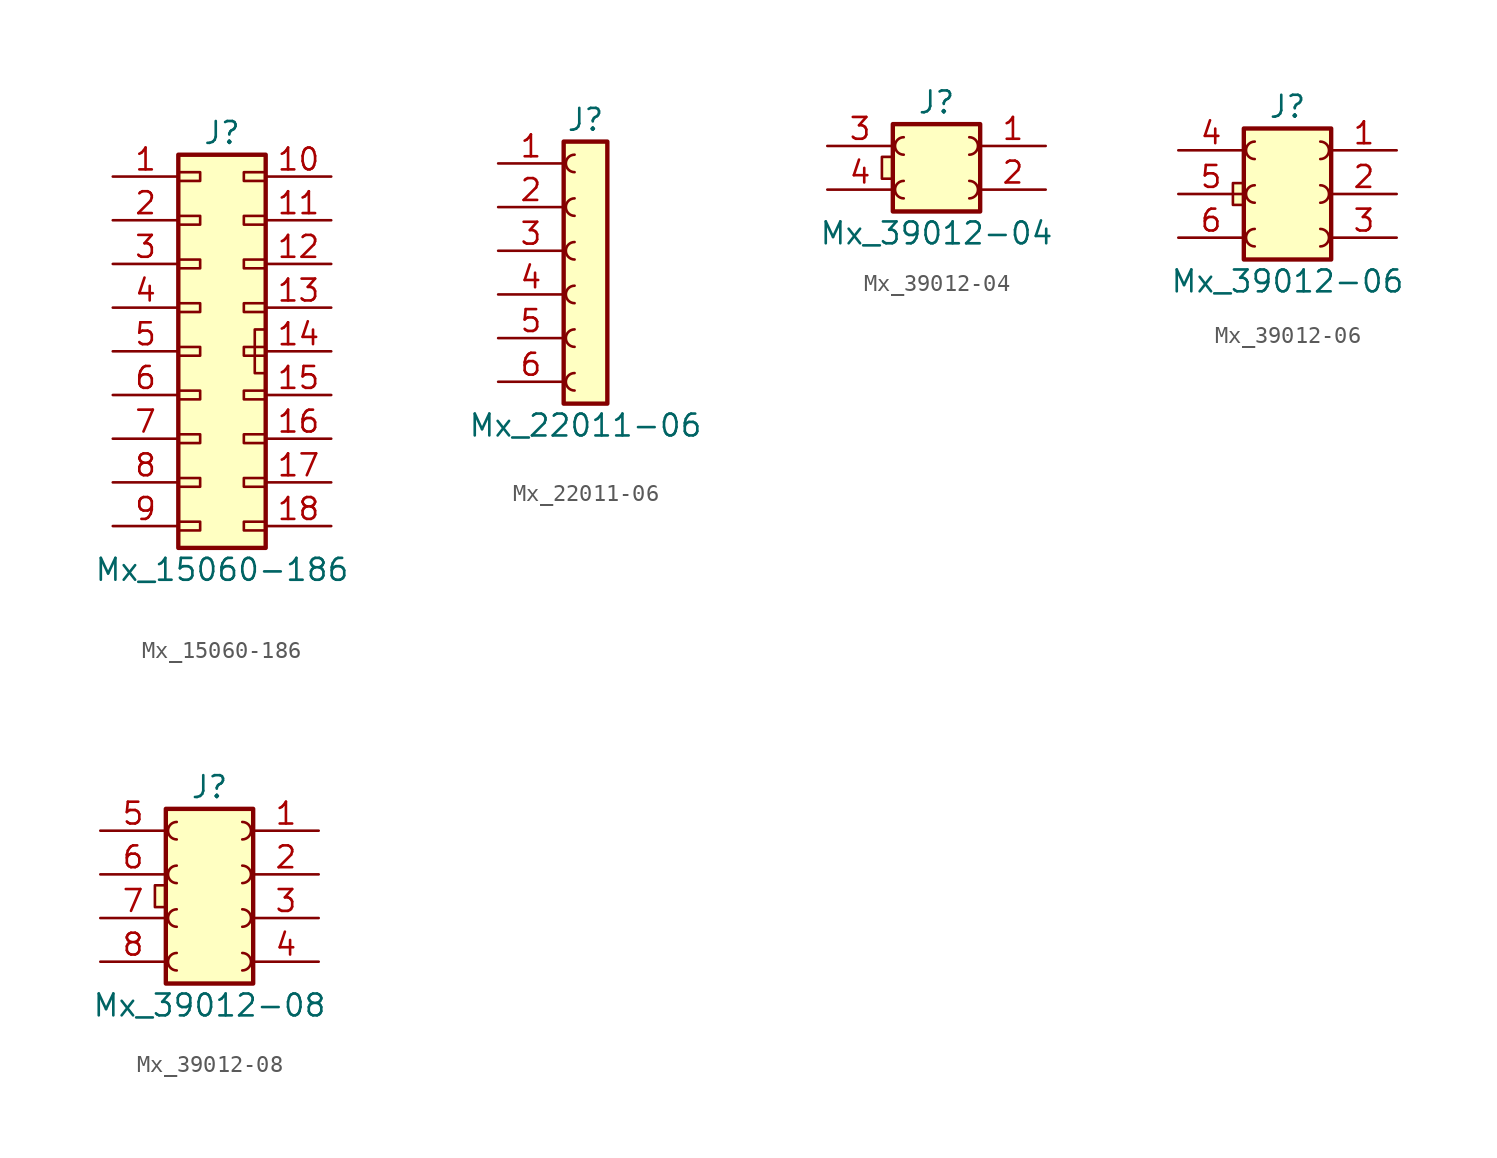
<source format=kicad_sym>
(kicad_symbol_lib
  (version 20220914)
  (generator kicad_symbol_editor)
  (symbol "Mx_15060-186"
    (pin_names
      (offset 1.016) hide)
    (property "Reference" "J"
      (at 0 12.7 0)
      (effects (font (size 1.27 1.27))))
    (property "Value" "Mx_15060-186"
      (at 0 -12.7 0)
      (effects (font (size 1.27 1.27))))
    (symbol "Mx_15060-186_0_1"
      (rectangle (start -2.54 -9.906) (end -1.27 -10.414) (stroke (width 0.152) (type default)) (fill (type none)))
      (rectangle (start -2.54 -7.366) (end -1.27 -7.874) (stroke (width 0.152) (type default)) (fill (type none)))
      (rectangle (start -2.54 -4.826) (end -1.27 -5.334) (stroke (width 0.152) (type default)) (fill (type none)))
      (rectangle (start -2.54 -2.286) (end -1.27 -2.794) (stroke (width 0.152) (type default)) (fill (type none)))
      (rectangle (start -2.54 0.254) (end -1.27 -0.254) (stroke (width 0.152) (type default)) (fill (type none)))
      (rectangle (start -2.54 2.794) (end -1.27 2.286) (stroke (width 0.152) (type default)) (fill (type none)))
      (rectangle (start -2.54 5.334) (end -1.27 4.826) (stroke (width 0.152) (type default)) (fill (type none)))
      (rectangle (start -2.54 7.874) (end -1.27 7.366) (stroke (width 0.152) (type default)) (fill (type none)))
      (rectangle (start -2.54 10.414) (end -1.27 9.906) (stroke (width 0.152) (type default)) (fill (type none)))
      (rectangle (start 1.27 -9.906) (end 2.54 -10.414) (stroke (width 0.152) (type default)) (fill (type none)))
      (rectangle (start 1.27 -7.366) (end 2.54 -7.874) (stroke (width 0.152) (type default)) (fill (type none)))
      (rectangle (start 1.27 -4.826) (end 2.54 -5.334) (stroke (width 0.152) (type default)) (fill (type none)))
      (rectangle (start 1.27 -2.286) (end 2.54 -2.794) (stroke (width 0.152) (type default)) (fill (type none)))
      (rectangle (start 1.27 0.254) (end 2.54 -0.254) (stroke (width 0.152) (type default)) (fill (type none)))
      (rectangle (start 1.27 2.794) (end 2.54 2.286) (stroke (width 0.152) (type default)) (fill (type none)))
      (rectangle (start 1.27 5.334) (end 2.54 4.826) (stroke (width 0.152) (type default)) (fill (type none)))
      (rectangle (start 1.27 7.874) (end 2.54 7.366) (stroke (width 0.152) (type default)) (fill (type none)))
      (rectangle (start 1.27 10.414) (end 2.54 9.906) (stroke (width 0.152) (type default)) (fill (type none)))
      (rectangle (start 1.905 1.27) (end 2.54 -1.27) (stroke (width 0) (type default)) (fill (type background))))
    (symbol "Mx_15060-186_1_1"
      (rectangle (start -2.54 11.43) (end 2.54 -11.43) (stroke (width 0.254) (type default)) (fill (type background)))
      (pin passive line (at -6.35 10.16 0) (length 3.81) (name "~" (effects (font (size 1.27 1.27)))) (number "1" (effects (font (size 1.27 1.27)))))
      (pin passive line (at 6.35 10.16 180) (length 3.81) (name "~" (effects (font (size 1.27 1.27)))) (number "10" (effects (font (size 1.27 1.27)))))
      (pin passive line (at 6.35 7.62 180) (length 3.81) (name "~" (effects (font (size 1.27 1.27)))) (number "11" (effects (font (size 1.27 1.27)))))
      (pin passive line (at 6.35 5.08 180) (length 3.81) (name "~" (effects (font (size 1.27 1.27)))) (number "12" (effects (font (size 1.27 1.27)))))
      (pin passive line (at 6.35 2.54 180) (length 3.81) (name "~" (effects (font (size 1.27 1.27)))) (number "13" (effects (font (size 1.27 1.27)))))
      (pin passive line (at 6.35 0 180) (length 3.81) (name "~" (effects (font (size 1.27 1.27)))) (number "14" (effects (font (size 1.27 1.27)))))
      (pin passive line (at 6.35 -2.54 180) (length 3.81) (name "~" (effects (font (size 1.27 1.27)))) (number "15" (effects (font (size 1.27 1.27)))))
      (pin passive line (at 6.35 -5.08 180) (length 3.81) (name "~" (effects (font (size 1.27 1.27)))) (number "16" (effects (font (size 1.27 1.27)))))
      (pin passive line (at 6.35 -7.62 180) (length 3.81) (name "~" (effects (font (size 1.27 1.27)))) (number "17" (effects (font (size 1.27 1.27)))))
      (pin passive line (at 6.35 -10.16 180) (length 3.81) (name "~" (effects (font (size 1.27 1.27)))) (number "18" (effects (font (size 1.27 1.27)))))
      (pin passive line (at -6.35 7.62 0) (length 3.81) (name "~" (effects (font (size 1.27 1.27)))) (number "2" (effects (font (size 1.27 1.27)))))
      (pin passive line (at -6.35 5.08 0) (length 3.81) (name "~" (effects (font (size 1.27 1.27)))) (number "3" (effects (font (size 1.27 1.27)))))
      (pin passive line (at -6.35 2.54 0) (length 3.81) (name "~" (effects (font (size 1.27 1.27)))) (number "4" (effects (font (size 1.27 1.27)))))
      (pin passive line (at -6.35 0 0) (length 3.81) (name "~" (effects (font (size 1.27 1.27)))) (number "5" (effects (font (size 1.27 1.27)))))
      (pin passive line (at -6.35 -2.54 0) (length 3.81) (name "~" (effects (font (size 1.27 1.27)))) (number "6" (effects (font (size 1.27 1.27)))))
      (pin passive line (at -6.35 -5.08 0) (length 3.81) (name "~" (effects (font (size 1.27 1.27)))) (number "7" (effects (font (size 1.27 1.27)))))
      (pin passive line (at -6.35 -7.62 0) (length 3.81) (name "~" (effects (font (size 1.27 1.27)))) (number "8" (effects (font (size 1.27 1.27)))))
      (pin passive line (at -6.35 -10.16 0) (length 3.81) (name "~" (effects (font (size 1.27 1.27)))) (number "9" (effects (font (size 1.27 1.27)))))))
  (symbol "Mx_22011-06"
    (pin_names
      (offset 1.016) hide)
    (property "Reference" "J"
      (at 0 7.62 0)
      (effects (font (size 1.27 1.27))))
    (property "Value" "Mx_22011-06"
      (at 0 -10.16 0)
      (effects (font (size 1.27 1.27))))
    (symbol "Mx_22011-06_1_1"
      (rectangle (start -1.27 6.35) (end 1.27 -8.89) (stroke (width 0.254) (type default)) (fill (type background)))
      (arc (start -0.635 -7.112) (mid -1.1408 -7.62) (end -0.635 -8.128) (stroke (width 0) (type default)) (fill (type none)))
      (arc (start -0.635 -4.572) (mid -1.1408 -5.08) (end -0.635 -5.588) (stroke (width 0) (type default)) (fill (type none)))
      (arc (start -0.635 -2.032) (mid -1.1408 -2.54) (end -0.635 -3.048) (stroke (width 0) (type default)) (fill (type none)))
      (arc (start -0.635 0.508) (mid -1.1408 0) (end -0.635 -0.508) (stroke (width 0) (type default)) (fill (type none)))
      (arc (start -0.635 3.048) (mid -1.1408 2.54) (end -0.635 2.032) (stroke (width 0) (type default)) (fill (type none)))
      (arc (start -0.635 5.588) (mid -1.1408 5.08) (end -0.635 4.572) (stroke (width 0) (type default)) (fill (type none)))
      (pin passive line (at -5.08 5.08 0) (length 3.81) (name "Pin_1" (effects (font (size 1.27 1.27)))) (number "1" (effects (font (size 1.27 1.27)))))
      (pin passive line (at -5.08 2.54 0) (length 3.81) (name "Pin_2" (effects (font (size 1.27 1.27)))) (number "2" (effects (font (size 1.27 1.27)))))
      (pin passive line (at -5.08 0 0) (length 3.81) (name "Pin_3" (effects (font (size 1.27 1.27)))) (number "3" (effects (font (size 1.27 1.27)))))
      (pin passive line (at -5.08 -2.54 0) (length 3.81) (name "Pin_4" (effects (font (size 1.27 1.27)))) (number "4" (effects (font (size 1.27 1.27)))))
      (pin passive line (at -5.08 -5.08 0) (length 3.81) (name "Pin_5" (effects (font (size 1.27 1.27)))) (number "5" (effects (font (size 1.27 1.27)))))
      (pin passive line (at -5.08 -7.62 0) (length 3.81) (name "Pin_6" (effects (font (size 1.27 1.27)))) (number "6" (effects (font (size 1.27 1.27)))))))
  (symbol "Mx_39012-04"
    (pin_names
      (offset 1.016) hide)
    (property "Reference" "J"
      (at 0 3.81 0)
      (effects (font (size 1.27 1.27))))
    (property "Value" "Mx_39012-04"
      (at 0 -3.81 0)
      (effects (font (size 1.27 1.27))))
    (symbol "Mx_39012-04_0_1"
      (rectangle (start -3.175 0.635) (end -2.54 -0.635) (stroke (width 0) (type default)) (fill (type background))))
    (symbol "Mx_39012-04_1_1"
      (arc (start -1.905 -0.762) (mid -2.4108 -1.27) (end -1.905 -1.778) (stroke (width 0) (type default)) (fill (type none)))
      (arc (start -1.905 1.778) (mid -2.4108 1.27) (end -1.905 0.762) (stroke (width 0) (type default)) (fill (type none)))
      (arc (start 1.905 -1.778) (mid 2.4108 -1.27) (end 1.905 -0.762) (stroke (width 0) (type default)) (fill (type none)))
      (arc (start 1.905 0.762) (mid 2.4108 1.27) (end 1.905 1.778) (stroke (width 0) (type default)) (fill (type none)))
      (rectangle (start 2.54 2.54) (end -2.54 -2.54) (stroke (width 0.254) (type default)) (fill (type background)))
      (pin passive line (at 6.35 1.27 180) (length 3.81) (name "Pin_1" (effects (font (size 1.27 1.27)))) (number "1" (effects (font (size 1.27 1.27)))))
      (pin passive line (at 6.35 -1.27 180) (length 3.81) (name "Pin_2" (effects (font (size 1.27 1.27)))) (number "2" (effects (font (size 1.27 1.27)))))
      (pin passive line (at -6.35 1.27 0) (length 3.81) (name "Pin_3" (effects (font (size 1.27 1.27)))) (number "3" (effects (font (size 1.27 1.27)))))
      (pin passive line (at -6.35 -1.27 0) (length 3.81) (name "Pin_4" (effects (font (size 1.27 1.27)))) (number "4" (effects (font (size 1.27 1.27)))))))
  (symbol "Mx_39012-06"
    (pin_names
      (offset 1.016) hide)
    (property "Reference" "J"
      (at 0 5.08 0)
      (effects (font (size 1.27 1.27))))
    (property "Value" "Mx_39012-06"
      (at 0 -5.08 0)
      (effects (font (size 1.27 1.27))))
    (symbol "Mx_39012-06_0_1"
      (rectangle (start -3.175 0.635) (end -2.54 -0.635) (stroke (width 0) (type default)) (fill (type background))))
    (symbol "Mx_39012-06_1_1"
      (arc (start -1.905 -2.032) (mid -2.4108 -2.54) (end -1.905 -3.048) (stroke (width 0) (type default)) (fill (type none)))
      (arc (start -1.905 0.508) (mid -2.4108 0) (end -1.905 -0.508) (stroke (width 0) (type default)) (fill (type none)))
      (arc (start -1.905 3.048) (mid -2.4108 2.54) (end -1.905 2.032) (stroke (width 0) (type default)) (fill (type none)))
      (arc (start 1.905 -3.048) (mid 2.4108 -2.54) (end 1.905 -2.032) (stroke (width 0) (type default)) (fill (type none)))
      (arc (start 1.905 -0.508) (mid 2.4108 0) (end 1.905 0.508) (stroke (width 0) (type default)) (fill (type none)))
      (arc (start 1.905 2.032) (mid 2.4108 2.54) (end 1.905 3.048) (stroke (width 0) (type default)) (fill (type none)))
      (rectangle (start 2.54 3.81) (end -2.54 -3.81) (stroke (width 0.254) (type default)) (fill (type background)))
      (pin passive line (at 6.35 2.54 180) (length 3.81) (name "Pin_1" (effects (font (size 1.27 1.27)))) (number "1" (effects (font (size 1.27 1.27)))))
      (pin passive line (at 6.35 0 180) (length 3.81) (name "Pin_2" (effects (font (size 1.27 1.27)))) (number "2" (effects (font (size 1.27 1.27)))))
      (pin passive line (at 6.35 -2.54 180) (length 3.81) (name "Pin_3" (effects (font (size 1.27 1.27)))) (number "3" (effects (font (size 1.27 1.27)))))
      (pin passive line (at -6.35 2.54 0) (length 3.81) (name "Pin_4" (effects (font (size 1.27 1.27)))) (number "4" (effects (font (size 1.27 1.27)))))
      (pin passive line (at -6.35 0 0) (length 3.81) (name "Pin_5" (effects (font (size 1.27 1.27)))) (number "5" (effects (font (size 1.27 1.27)))))
      (pin passive line (at -6.35 -2.54 0) (length 3.81) (name "Pin_6" (effects (font (size 1.27 1.27)))) (number "6" (effects (font (size 1.27 1.27)))))))
  (symbol "Mx_39012-08"
    (pin_names
      (offset 1.016) hide)
    (property "Reference" "J"
      (at 0 6.35 0)
      (effects (font (size 1.27 1.27))))
    (property "Value" "Mx_39012-08"
      (at 0 -6.35 0)
      (effects (font (size 1.27 1.27))))
    (symbol "Mx_39012-08_0_1"
      (rectangle (start -3.175 0.635) (end -2.54 -0.635) (stroke (width 0) (type default)) (fill (type background))))
    (symbol "Mx_39012-08_1_1"
      (arc (start -1.905 -3.302) (mid -2.4108 -3.81) (end -1.905 -4.318) (stroke (width 0) (type default)) (fill (type none)))
      (arc (start -1.905 -0.762) (mid -2.4108 -1.27) (end -1.905 -1.778) (stroke (width 0) (type default)) (fill (type none)))
      (arc (start -1.905 1.778) (mid -2.4108 1.27) (end -1.905 0.762) (stroke (width 0) (type default)) (fill (type none)))
      (arc (start -1.905 4.318) (mid -2.4108 3.81) (end -1.905 3.302) (stroke (width 0) (type default)) (fill (type none)))
      (arc (start 1.905 -4.318) (mid 2.4108 -3.81) (end 1.905 -3.302) (stroke (width 0) (type default)) (fill (type none)))
      (arc (start 1.905 -1.778) (mid 2.4108 -1.27) (end 1.905 -0.762) (stroke (width 0) (type default)) (fill (type none)))
      (arc (start 1.905 0.762) (mid 2.4108 1.27) (end 1.905 1.778) (stroke (width 0) (type default)) (fill (type none)))
      (arc (start 1.905 3.302) (mid 2.4108 3.81) (end 1.905 4.318) (stroke (width 0) (type default)) (fill (type none)))
      (rectangle (start 2.54 5.08) (end -2.54 -5.08) (stroke (width 0.254) (type default)) (fill (type background)))
      (pin passive line (at 6.35 3.81 180) (length 3.81) (name "Pin_1" (effects (font (size 1.27 1.27)))) (number "1" (effects (font (size 1.27 1.27)))))
      (pin passive line (at 6.35 1.27 180) (length 3.81) (name "Pin_2" (effects (font (size 1.27 1.27)))) (number "2" (effects (font (size 1.27 1.27)))))
      (pin passive line (at 6.35 -1.27 180) (length 3.81) (name "Pin_3" (effects (font (size 1.27 1.27)))) (number "3" (effects (font (size 1.27 1.27)))))
      (pin passive line (at 6.35 -3.81 180) (length 3.81) (name "Pin_4" (effects (font (size 1.27 1.27)))) (number "4" (effects (font (size 1.27 1.27)))))
      (pin passive line (at -6.35 3.81 0) (length 3.81) (name "Pin_5" (effects (font (size 1.27 1.27)))) (number "5" (effects (font (size 1.27 1.27)))))
      (pin passive line (at -6.35 1.27 0) (length 3.81) (name "Pin_6" (effects (font (size 1.27 1.27)))) (number "6" (effects (font (size 1.27 1.27)))))
      (pin passive line (at -6.35 -1.27 0) (length 3.81) (name "Pin_7" (effects (font (size 1.27 1.27)))) (number "7" (effects (font (size 1.27 1.27)))))
      (pin passive line (at -6.35 -3.81 0) (length 3.81) (name "Pin_8" (effects (font (size 1.27 1.27)))) (number "8" (effects (font (size 1.27 1.27))))))))
</source>
